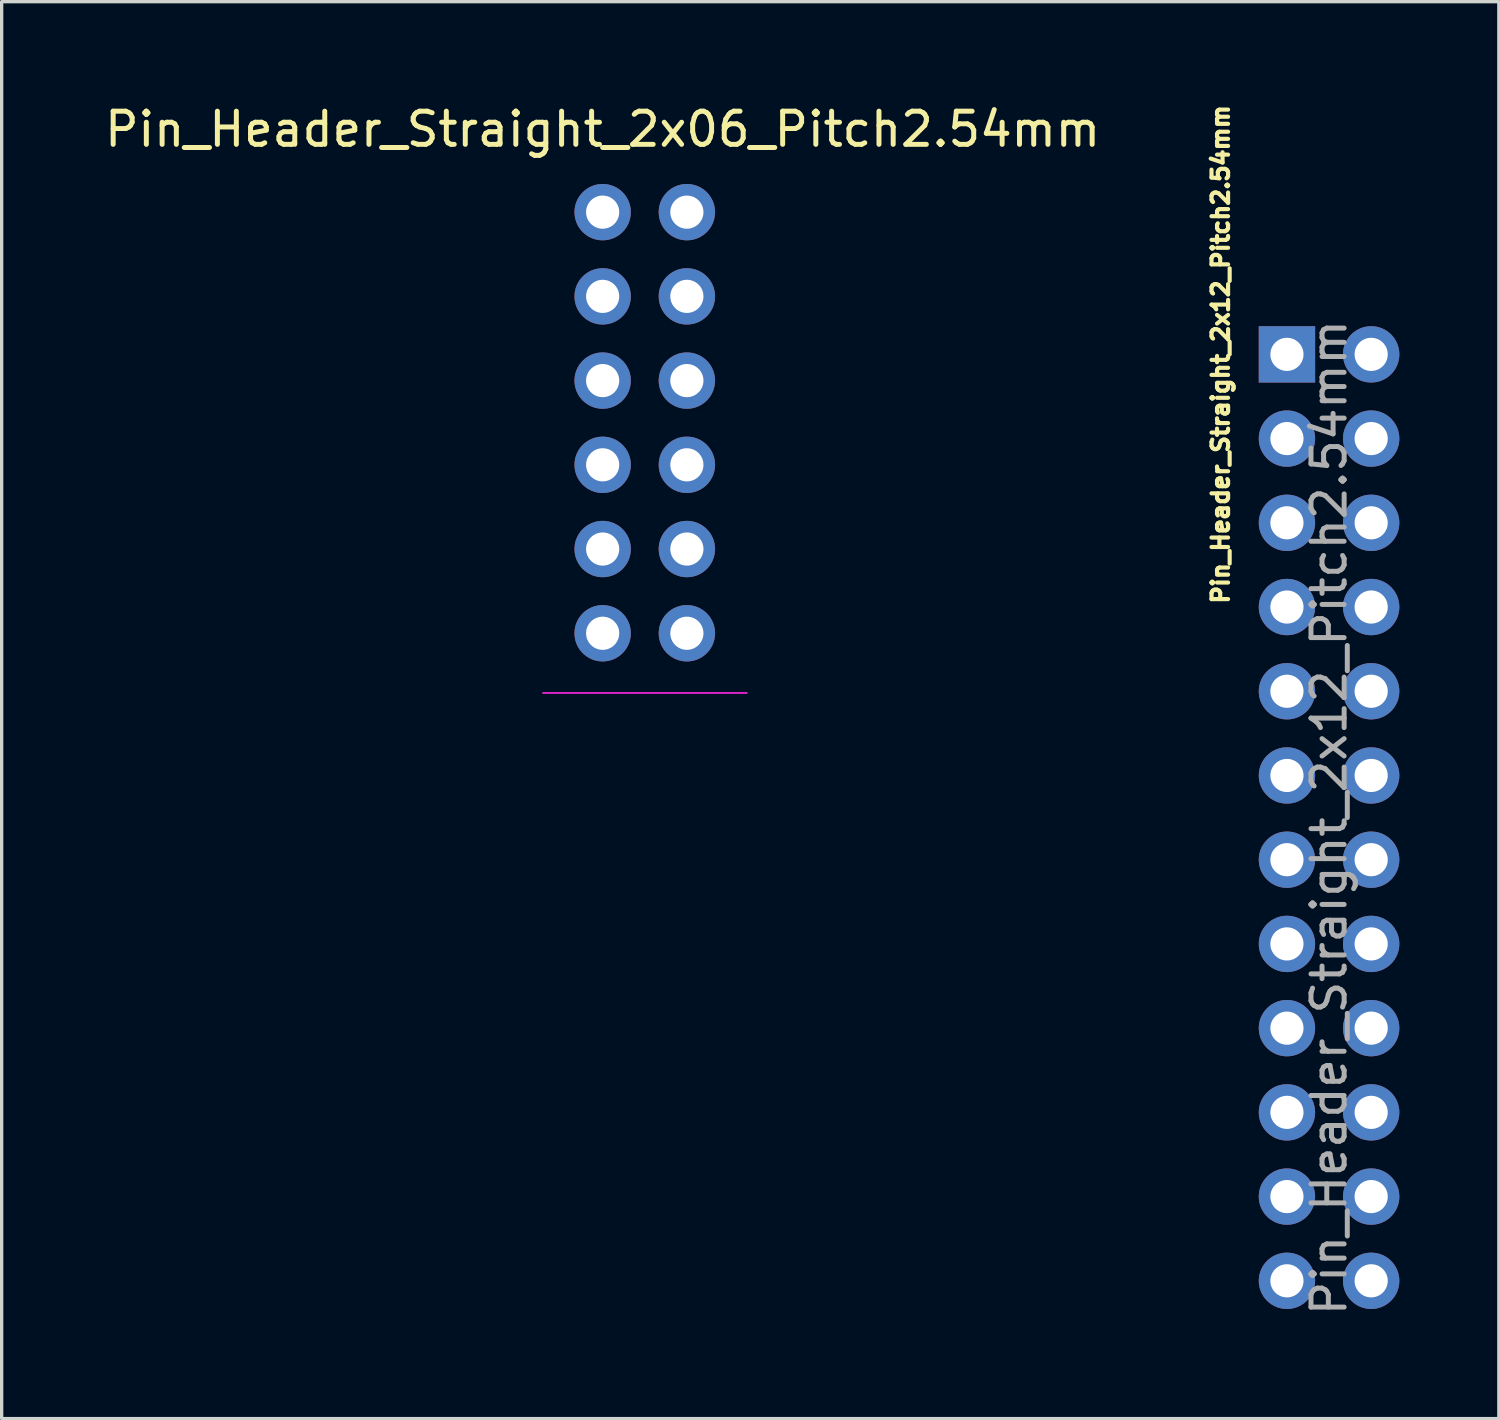
<source format=kicad_pcb>
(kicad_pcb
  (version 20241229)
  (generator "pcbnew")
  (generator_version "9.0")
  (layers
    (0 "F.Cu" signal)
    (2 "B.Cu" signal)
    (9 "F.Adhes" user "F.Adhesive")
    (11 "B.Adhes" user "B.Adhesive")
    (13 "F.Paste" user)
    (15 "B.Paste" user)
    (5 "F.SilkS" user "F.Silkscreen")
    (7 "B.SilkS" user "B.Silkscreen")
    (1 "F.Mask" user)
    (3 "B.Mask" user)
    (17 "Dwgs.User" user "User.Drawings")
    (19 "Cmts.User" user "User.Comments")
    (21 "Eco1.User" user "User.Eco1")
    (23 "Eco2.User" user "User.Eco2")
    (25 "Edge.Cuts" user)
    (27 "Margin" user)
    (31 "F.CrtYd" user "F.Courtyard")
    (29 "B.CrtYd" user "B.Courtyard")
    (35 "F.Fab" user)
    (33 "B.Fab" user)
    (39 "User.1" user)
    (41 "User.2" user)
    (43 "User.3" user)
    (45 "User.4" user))
  (footprint "Pin_Header_Straight_2x06_Pitch2.54mm"
    (layer "F.Cu")
    (at 15.125 3.348)
    (property "Reference" "Pin_Header_Straight_2x06_Pitch2.54mm" (at 0 -2.5 0) (layer "F.SilkS") (effects (font (size 1 1) (thickness 0.15))))
    (attr through_hole)
    (fp_line (start -1.8 14.5) (end 4.35 14.5) (stroke (width 0.05) (type solid)) (layer "F.CrtYd"))
    (pad "1" thru_hole circle (at 0 0) (size 1.7 1.7) (drill 1) (layers "*.Cu" "*.Mask"))
    (pad "2" thru_hole oval (at 2.54 0) (size 1.7 1.7) (drill 1) (layers "*.Cu" "*.Mask"))
    (pad "3" thru_hole oval (at 0 2.54) (size 1.7 1.7) (drill 1) (layers "*.Cu" "*.Mask"))
    (pad "4" thru_hole oval (at 2.54 2.54) (size 1.7 1.7) (drill 1) (layers "*.Cu" "*.Mask"))
    (pad "5" thru_hole oval (at 0 5.08) (size 1.7 1.7) (drill 1) (layers "*.Cu" "*.Mask"))
    (pad "6" thru_hole oval (at 2.54 5.08) (size 1.7 1.7) (drill 1) (layers "*.Cu" "*.Mask"))
    (pad "7" thru_hole oval (at 0 7.62) (size 1.7 1.7) (drill 1) (layers "*.Cu" "*.Mask"))
    (pad "8" thru_hole oval (at 2.54 7.62) (size 1.7 1.7) (drill 1) (layers "*.Cu" "*.Mask"))
    (pad "9" thru_hole oval (at 0 10.16) (size 1.7 1.7) (drill 1) (layers "*.Cu" "*.Mask"))
    (pad "10" thru_hole oval (at 2.54 10.16) (size 1.7 1.7) (drill 1) (layers "*.Cu" "*.Mask"))
    (pad "11" thru_hole oval (at 0 12.7) (size 1.7 1.7) (drill 1) (layers "*.Cu" "*.Mask"))
    (pad "12" thru_hole oval (at 2.54 12.7) (size 1.7 1.7) (drill 1) (layers "*.Cu" "*.Mask")))
  (footprint "Pin_Header_Straight_2x12_Pitch2.54mm"
    (layer "F.Cu")
    (at 35.762 7.637)
    (property "Reference" "Pin_Header_Straight_2x12_Pitch2.54mm" (at -2 0 90) (layer "F.SilkS") (effects (font (size 0.5 0.5) (thickness 0.125))))
    (attr through_hole)
    (fp_text user "${REFERENCE}" (at 1.27 13.97 90) (layer "F.Fab") (effects (font (size 1 1) (thickness 0.15))))
    (pad "1" thru_hole rect (at 0 0) (size 1.7 1.7) (drill 1) (layers "*.Cu" "*.Mask"))
    (pad "2" thru_hole oval (at 2.54 0) (size 1.7 1.7) (drill 1) (layers "*.Cu" "*.Mask"))
    (pad "3" thru_hole oval (at 0 2.54) (size 1.7 1.7) (drill 1) (layers "*.Cu" "*.Mask"))
    (pad "4" thru_hole oval (at 2.54 2.54) (size 1.7 1.7) (drill 1) (layers "*.Cu" "*.Mask"))
    (pad "5" thru_hole oval (at 0 5.08) (size 1.7 1.7) (drill 1) (layers "*.Cu" "*.Mask"))
    (pad "6" thru_hole oval (at 2.54 5.08) (size 1.7 1.7) (drill 1) (layers "*.Cu" "*.Mask"))
    (pad "7" thru_hole oval (at 0 7.62) (size 1.7 1.7) (drill 1) (layers "*.Cu" "*.Mask"))
    (pad "8" thru_hole oval (at 2.54 7.62) (size 1.7 1.7) (drill 1) (layers "*.Cu" "*.Mask"))
    (pad "9" thru_hole oval (at 0 10.16) (size 1.7 1.7) (drill 1) (layers "*.Cu" "*.Mask"))
    (pad "10" thru_hole oval (at 2.54 10.16) (size 1.7 1.7) (drill 1) (layers "*.Cu" "*.Mask"))
    (pad "11" thru_hole oval (at 0 12.7) (size 1.7 1.7) (drill 1) (layers "*.Cu" "*.Mask"))
    (pad "12" thru_hole oval (at 2.54 12.7) (size 1.7 1.7) (drill 1) (layers "*.Cu" "*.Mask"))
    (pad "13" thru_hole oval (at 0 15.24) (size 1.7 1.7) (drill 1) (layers "*.Cu" "*.Mask"))
    (pad "14" thru_hole oval (at 2.54 15.24) (size 1.7 1.7) (drill 1) (layers "*.Cu" "*.Mask"))
    (pad "15" thru_hole oval (at 0 17.78) (size 1.7 1.7) (drill 1) (layers "*.Cu" "*.Mask"))
    (pad "16" thru_hole oval (at 2.54 17.78) (size 1.7 1.7) (drill 1) (layers "*.Cu" "*.Mask"))
    (pad "17" thru_hole oval (at 0 20.32) (size 1.7 1.7) (drill 1) (layers "*.Cu" "*.Mask"))
    (pad "18" thru_hole oval (at 2.54 20.32) (size 1.7 1.7) (drill 1) (layers "*.Cu" "*.Mask"))
    (pad "19" thru_hole oval (at 0 22.86) (size 1.7 1.7) (drill 1) (layers "*.Cu" "*.Mask"))
    (pad "20" thru_hole oval (at 2.54 22.86) (size 1.7 1.7) (drill 1) (layers "*.Cu" "*.Mask"))
    (pad "21" thru_hole oval (at 0 25.4) (size 1.7 1.7) (drill 1) (layers "*.Cu" "*.Mask"))
    (pad "22" thru_hole oval (at 2.54 25.4) (size 1.7 1.7) (drill 1) (layers "*.Cu" "*.Mask"))
    (pad "23" thru_hole oval (at 0 27.94) (size 1.7 1.7) (drill 1) (layers "*.Cu" "*.Mask"))
    (pad "24" thru_hole oval (at 2.54 27.94) (size 1.7 1.7) (drill 1) (layers "*.Cu" "*.Mask")))
  (gr_rect
    (start -3 -3)
    (end 42.152 39.732)
    (stroke (width 0.1) (type default))
    (fill no)
    (layer "Edge.Cuts")))
</source>
